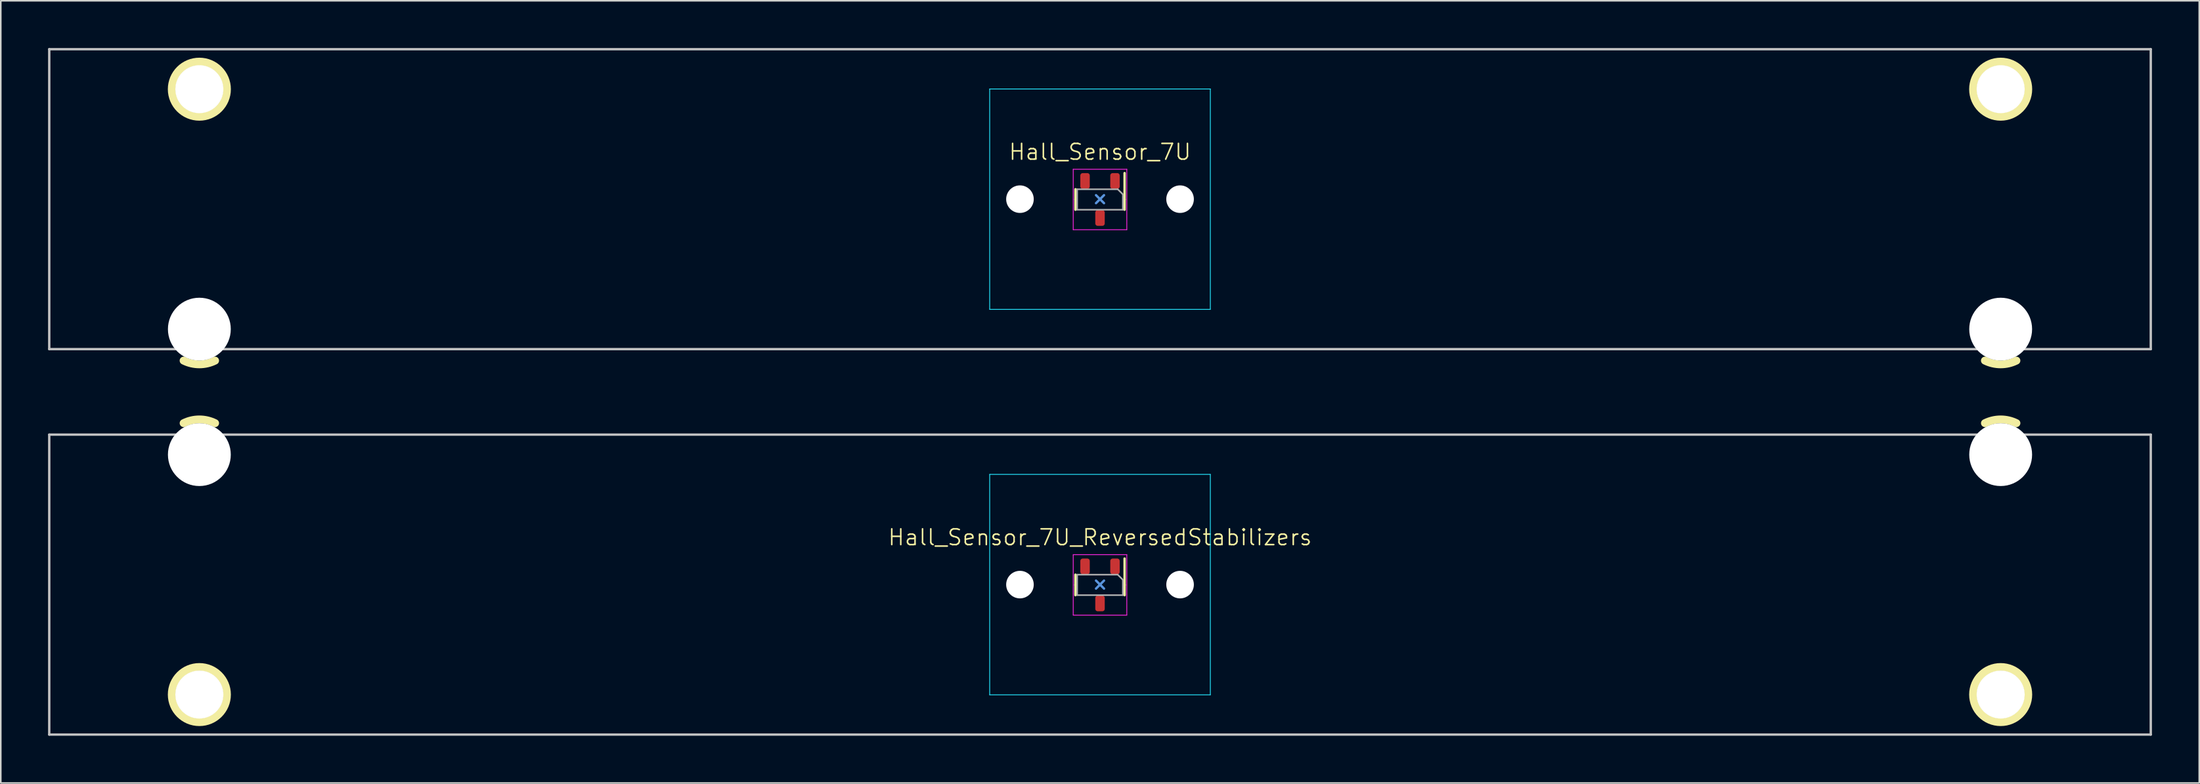
<source format=kicad_pcb>
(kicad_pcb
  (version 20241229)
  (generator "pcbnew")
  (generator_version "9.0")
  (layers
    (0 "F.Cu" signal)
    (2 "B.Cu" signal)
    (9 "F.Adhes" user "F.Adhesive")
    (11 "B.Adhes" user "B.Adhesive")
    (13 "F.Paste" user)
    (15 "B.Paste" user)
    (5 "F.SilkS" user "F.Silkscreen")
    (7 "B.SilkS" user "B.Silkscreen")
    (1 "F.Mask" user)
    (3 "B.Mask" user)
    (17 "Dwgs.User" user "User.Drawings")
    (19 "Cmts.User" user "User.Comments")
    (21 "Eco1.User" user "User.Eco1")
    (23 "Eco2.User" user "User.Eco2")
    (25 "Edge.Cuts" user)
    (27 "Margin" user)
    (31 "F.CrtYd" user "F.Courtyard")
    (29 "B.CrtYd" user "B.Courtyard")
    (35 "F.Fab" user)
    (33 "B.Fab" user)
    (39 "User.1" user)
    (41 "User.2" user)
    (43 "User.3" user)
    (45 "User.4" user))
  (footprint "Hall_Sensor_7U_ReversedStabilizers"
    (layer "F.Cu")
    (at 66.75 34.082)
    (property "Reference" "Hall_Sensor_7U_ReversedStabilizers" (at 0 -3 0) (unlocked yes) (layer "F.SilkS") (effects (font (size 1 1) (thickness 0.1))))
    (attr smd)
    (fp_line (start -1.56 -0.63) (end -1.56 0.02) (stroke (width 0.153) (type solid)) (layer "F.SilkS"))
    (fp_line (start -1.56 0.67) (end -1.56 0.02) (stroke (width 0.153) (type solid)) (layer "F.SilkS"))
    (fp_line (start 1.56 -1.655) (end 1.56 0.02) (stroke (width 0.153) (type solid)) (layer "F.SilkS"))
    (fp_line (start 1.56 0.67) (end 1.56 0.02) (stroke (width 0.153) (type solid)) (layer "F.SilkS"))
    (fp_arc (start -58.148949 -10.255525) (mid -57.149413 -10.491068) (end -56.15 -10.255) (stroke (width 0.5) (type solid)) (layer "F.SilkS"))
    (fp_arc (start 56.151051 -10.255525) (mid 57.150587 -10.491068) (end 58.15 -10.255) (stroke (width 0.5) (type solid)) (layer "F.SilkS"))
    (fp_circle (center -57.15 6.985) (end -55.4 6.985) (stroke (width 0.5) (type solid)) (fill no) (layer "F.SilkS"))
    (fp_circle (center 57.15 6.985) (end 58.9 6.985) (stroke (width 0.5) (type solid)) (fill no) (layer "F.SilkS"))
    (fp_line (start -66.675 -9.525) (end 66.675 -9.525) (stroke (width 0.15) (type solid)) (layer "Dwgs.User"))
    (fp_line (start -66.675 9.525) (end -66.675 -9.525) (stroke (width 0.15) (type solid)) (layer "Dwgs.User"))
    (fp_line (start -66.675 9.525) (end 66.675 9.525) (stroke (width 0.15) (type solid)) (layer "Dwgs.User"))
    (fp_line (start 66.675 -9.525) (end 66.675 9.525) (stroke (width 0.15) (type solid)) (layer "Dwgs.User"))
    (fp_line (start 0.254 -0.254) (end -0.254 0.254) (stroke (width 0.15) (type default)) (layer "Cmts.User"))
    (fp_line (start 0.254 0.254) (end -0.254 -0.254) (stroke (width 0.15) (type default)) (layer "Cmts.User"))
    (fp_line (start -7 -6.5) (end -7 6.5) (stroke (width 0.15) (type solid)) (layer "Eco2.User"))
    (fp_line (start -6.5 7) (end 6.5 7) (stroke (width 0.15) (type solid)) (layer "Eco2.User"))
    (fp_line (start 6.5 -7) (end -6.5 -7) (stroke (width 0.15) (type solid)) (layer "Eco2.User"))
    (fp_line (start 7 6.5) (end 7 -6.5) (stroke (width 0.15) (type solid)) (layer "Eco2.User"))
    (fp_arc (start -7 -6.500001) (mid -6.853553 -6.853553) (end -6.500001 -7) (stroke (width 0.15) (type solid)) (layer "Eco2.User"))
    (fp_arc (start -6.500001 7) (mid -6.853553 6.853553) (end -7 6.500001) (stroke (width 0.15) (type solid)) (layer "Eco2.User"))
    (fp_arc (start 6.500001 -7) (mid 6.853553 -6.853553) (end 7 -6.500001) (stroke (width 0.15) (type solid)) (layer "Eco2.User"))
    (fp_arc (start 6.997236 6.498884) (mid 6.850791 6.852425) (end 6.497236 6.998884) (stroke (width 0.15) (type solid)) (layer "Eco2.User"))
    (fp_line (start -7 -7) (end -7 7) (stroke (width 0.05) (type solid)) (layer "B.CrtYd"))
    (fp_line (start -7 7) (end 7 7) (stroke (width 0.05) (type solid)) (layer "B.CrtYd"))
    (fp_line (start 7 -7) (end -7 -7) (stroke (width 0.05) (type solid)) (layer "B.CrtYd"))
    (fp_line (start 7 7) (end 7 -7) (stroke (width 0.05) (type solid)) (layer "B.CrtYd"))
    (fp_line (start -1.7 -1.9) (end 1.7 -1.9) (stroke (width 0.05) (type solid)) (layer "F.CrtYd"))
    (fp_line (start -1.7 1.94) (end -1.7 -1.9) (stroke (width 0.05) (type solid)) (layer "F.CrtYd"))
    (fp_line (start 1.7 -1.9) (end 1.7 1.94) (stroke (width 0.05) (type solid)) (layer "F.CrtYd"))
    (fp_line (start 1.7 1.94) (end -1.7 1.94) (stroke (width 0.05) (type solid)) (layer "F.CrtYd"))
    (fp_line (start -1.45 -0.63) (end -1.45 0.67) (stroke (width 0.1) (type solid)) (layer "F.Fab"))
    (fp_line (start -1.45 0.67) (end 1.45 0.67) (stroke (width 0.1) (type solid)) (layer "F.Fab"))
    (fp_line (start 1.125 -0.63) (end -1.45 -0.63) (stroke (width 0.1) (type solid)) (layer "F.Fab"))
    (fp_line (start 1.45 -0.305) (end 1.125 -0.63) (stroke (width 0.1) (type solid)) (layer "F.Fab"))
    (fp_line (start 1.45 0.67) (end 1.45 -0.305) (stroke (width 0.1) (type solid)) (layer "F.Fab"))
    (pad "" np_thru_hole circle (at -57.15 -8.255 180) (size 3.988 3.988) (drill 3.988) (layers "*.Cu" "*.Mask"))
    (pad "" np_thru_hole circle (at -57.15 6.985 180) (size 3.048 3.048) (drill 3.048) (layers "*.Cu" "*.Mask"))
    (pad "" np_thru_hole circle (at -5.08 0) (size 1.75 1.75) (drill 1.75) (layers "*.Cu" "*.Mask"))
    (pad "" np_thru_hole circle (at 5.08 0) (size 1.75 1.75) (drill 1.75) (layers "*.Cu" "*.Mask"))
    (pad "" np_thru_hole circle (at 57.15 -8.255 180) (size 3.988 3.988) (drill 3.988) (layers "*.Cu" "*.Mask"))
    (pad "" np_thru_hole circle (at 57.15 6.985 180) (size 3.048 3.048) (drill 3.048) (layers "*.Cu" "*.Mask"))
    (pad "1" smd roundrect (at 0.95 -1.155 270) (size 1 0.6) (layers "F.Cu" "F.Mask" "F.Paste") (roundrect_rratio 0.25))
    (pad "2" smd roundrect (at 0 1.195 270) (size 1 0.6) (layers "F.Cu" "F.Mask" "F.Paste") (roundrect_rratio 0.25))
    (pad "3" smd roundrect (at -0.95 -1.155 270) (size 1 0.6) (layers "F.Cu" "F.Mask" "F.Paste") (roundrect_rratio 0.25))
    (zone (net_name "") (layers "F.Cu" "B.Cu") (hatch edge 0.5) (connect_pads) (min_thickness 0.25) (filled_areas_thickness no) (keepout (tracks allowed) (vias allowed) (pads allowed) (copperpour not_allowed) (footprints allowed)) (placement (enabled no)) (fill) (polygon (pts (xy 68.5 34.082) (xy 68.48 33.821) (xy 68.422 33.566) (xy 68.327 33.323) (xy 68.196 33.096) (xy 68.033 32.892) (xy 67.841 32.714) (xy 67.625 32.567) (xy 67.389 32.453) (xy 67.139 32.376) (xy 66.881 32.337) (xy 66.619 32.337) (xy 66.361 32.376) (xy 66.111 32.453) (xy 65.875 32.567) (xy 65.659 32.714) (xy 65.467 32.892) (xy 65.304 33.096) (xy 65.173 33.323) (xy 65.078 33.566) (xy 65.02 33.821) (xy 65 34.082) (xy 65.02 34.343) (xy 65.078 34.598) (xy 65.173 34.841) (xy 65.304 35.068) (xy 65.467 35.272) (xy 65.659 35.45) (xy 65.875 35.598) (xy 66.111 35.711) (xy 66.361 35.788) (xy 66.619 35.827) (xy 66.881 35.827) (xy 67.139 35.788) (xy 67.389 35.711) (xy 67.625 35.598) (xy 67.841 35.45) (xy 68.033 35.272) (xy 68.196 35.068) (xy 68.327 34.841) (xy 68.422 34.598) (xy 68.48 34.343)))))
  (footprint "Hall_Sensor_7U"
    (layer "F.Cu")
    (at 66.75 9.6)
    (property "Reference" "Hall_Sensor_7U" (at 0 -3 0) (unlocked yes) (layer "F.SilkS") (effects (font (size 1 1) (thickness 0.1))))
    (attr smd)
    (fp_line (start -1.56 -0.63) (end -1.56 0.02) (stroke (width 0.153) (type solid)) (layer "F.SilkS"))
    (fp_line (start -1.56 0.67) (end -1.56 0.02) (stroke (width 0.153) (type solid)) (layer "F.SilkS"))
    (fp_line (start 1.56 -1.655) (end 1.56 0.02) (stroke (width 0.153) (type solid)) (layer "F.SilkS"))
    (fp_line (start 1.56 0.67) (end 1.56 0.02) (stroke (width 0.153) (type solid)) (layer "F.SilkS"))
    (fp_arc (start -56.151051 10.255525) (mid -57.150587 10.491068) (end -58.15 10.255) (stroke (width 0.5) (type solid)) (layer "F.SilkS"))
    (fp_arc (start 58.148949 10.255525) (mid 57.149413 10.491068) (end 56.15 10.255) (stroke (width 0.5) (type solid)) (layer "F.SilkS"))
    (fp_circle (center -57.15 -6.985) (end -58.9 -6.985) (stroke (width 0.5) (type solid)) (fill no) (layer "F.SilkS"))
    (fp_circle (center 57.15 -6.985) (end 55.4 -6.985) (stroke (width 0.5) (type solid)) (fill no) (layer "F.SilkS"))
    (fp_line (start -66.675 -9.525) (end 66.675 -9.525) (stroke (width 0.15) (type solid)) (layer "Dwgs.User"))
    (fp_line (start -66.675 9.525) (end -66.675 -9.525) (stroke (width 0.15) (type solid)) (layer "Dwgs.User"))
    (fp_line (start -66.675 9.525) (end 66.675 9.525) (stroke (width 0.15) (type solid)) (layer "Dwgs.User"))
    (fp_line (start 66.675 -9.525) (end 66.675 9.525) (stroke (width 0.15) (type solid)) (layer "Dwgs.User"))
    (fp_line (start 0.254 -0.254) (end -0.254 0.254) (stroke (width 0.15) (type default)) (layer "Cmts.User"))
    (fp_line (start 0.254 0.254) (end -0.254 -0.254) (stroke (width 0.15) (type default)) (layer "Cmts.User"))
    (fp_line (start -7 -6.5) (end -7 6.5) (stroke (width 0.15) (type solid)) (layer "Eco2.User"))
    (fp_line (start -6.5 7) (end 6.5 7) (stroke (width 0.15) (type solid)) (layer "Eco2.User"))
    (fp_line (start 6.5 -7) (end -6.5 -7) (stroke (width 0.15) (type solid)) (layer "Eco2.User"))
    (fp_line (start 7 6.5) (end 7 -6.5) (stroke (width 0.15) (type solid)) (layer "Eco2.User"))
    (fp_arc (start -7 -6.500001) (mid -6.853553 -6.853553) (end -6.500001 -7) (stroke (width 0.15) (type solid)) (layer "Eco2.User"))
    (fp_arc (start -6.500001 7) (mid -6.853553 6.853553) (end -7 6.500001) (stroke (width 0.15) (type solid)) (layer "Eco2.User"))
    (fp_arc (start 6.500001 -7) (mid 6.853553 -6.853553) (end 7 -6.500001) (stroke (width 0.15) (type solid)) (layer "Eco2.User"))
    (fp_arc (start 6.997236 6.498884) (mid 6.850791 6.852425) (end 6.497236 6.998884) (stroke (width 0.15) (type solid)) (layer "Eco2.User"))
    (fp_line (start -7 -7) (end -7 7) (stroke (width 0.05) (type solid)) (layer "B.CrtYd"))
    (fp_line (start -7 7) (end 7 7) (stroke (width 0.05) (type solid)) (layer "B.CrtYd"))
    (fp_line (start 7 -7) (end -7 -7) (stroke (width 0.05) (type solid)) (layer "B.CrtYd"))
    (fp_line (start 7 7) (end 7 -7) (stroke (width 0.05) (type solid)) (layer "B.CrtYd"))
    (fp_line (start -1.7 -1.9) (end 1.7 -1.9) (stroke (width 0.05) (type solid)) (layer "F.CrtYd"))
    (fp_line (start -1.7 1.94) (end -1.7 -1.9) (stroke (width 0.05) (type solid)) (layer "F.CrtYd"))
    (fp_line (start 1.7 -1.9) (end 1.7 1.94) (stroke (width 0.05) (type solid)) (layer "F.CrtYd"))
    (fp_line (start 1.7 1.94) (end -1.7 1.94) (stroke (width 0.05) (type solid)) (layer "F.CrtYd"))
    (fp_line (start -1.45 -0.63) (end -1.45 0.67) (stroke (width 0.1) (type solid)) (layer "F.Fab"))
    (fp_line (start -1.45 0.67) (end 1.45 0.67) (stroke (width 0.1) (type solid)) (layer "F.Fab"))
    (fp_line (start 1.125 -0.63) (end -1.45 -0.63) (stroke (width 0.1) (type solid)) (layer "F.Fab"))
    (fp_line (start 1.45 -0.305) (end 1.125 -0.63) (stroke (width 0.1) (type solid)) (layer "F.Fab"))
    (fp_line (start 1.45 0.67) (end 1.45 -0.305) (stroke (width 0.1) (type solid)) (layer "F.Fab"))
    (pad "" np_thru_hole circle (at -57.15 -6.985) (size 3.048 3.048) (drill 3.048) (layers "*.Cu" "*.Mask"))
    (pad "" np_thru_hole circle (at -57.15 8.255) (size 3.988 3.988) (drill 3.988) (layers "*.Cu" "*.Mask"))
    (pad "" np_thru_hole circle (at -5.08 0) (size 1.75 1.75) (drill 1.75) (layers "*.Cu" "*.Mask"))
    (pad "" np_thru_hole circle (at 5.08 0) (size 1.75 1.75) (drill 1.75) (layers "*.Cu" "*.Mask"))
    (pad "" np_thru_hole circle (at 57.15 -6.985) (size 3.048 3.048) (drill 3.048) (layers "*.Cu" "*.Mask"))
    (pad "" np_thru_hole circle (at 57.15 8.255) (size 3.988 3.988) (drill 3.988) (layers "*.Cu" "*.Mask"))
    (pad "1" smd roundrect (at 0.95 -1.155 270) (size 1 0.6) (layers "F.Cu" "F.Mask" "F.Paste") (roundrect_rratio 0.25))
    (pad "2" smd roundrect (at 0 1.195 270) (size 1 0.6) (layers "F.Cu" "F.Mask" "F.Paste") (roundrect_rratio 0.25))
    (pad "3" smd roundrect (at -0.95 -1.155 270) (size 1 0.6) (layers "F.Cu" "F.Mask" "F.Paste") (roundrect_rratio 0.25))
    (zone (net_name "") (layers "F.Cu" "B.Cu") (hatch edge 0.5) (connect_pads) (min_thickness 0.25) (filled_areas_thickness no) (keepout (tracks allowed) (vias allowed) (pads allowed) (copperpour not_allowed) (footprints allowed)) (placement (enabled no)) (fill) (polygon (pts (xy 68.5 9.6) (xy 68.48 9.339) (xy 68.422 9.084) (xy 68.327 8.841) (xy 68.196 8.614) (xy 68.033 8.41) (xy 67.841 8.232) (xy 67.625 8.084) (xy 67.389 7.971) (xy 67.139 7.894) (xy 66.881 7.855) (xy 66.619 7.855) (xy 66.361 7.894) (xy 66.111 7.971) (xy 65.875 8.084) (xy 65.659 8.232) (xy 65.467 8.41) (xy 65.304 8.614) (xy 65.173 8.841) (xy 65.078 9.084) (xy 65.02 9.339) (xy 65 9.6) (xy 65.02 9.861) (xy 65.078 10.116) (xy 65.173 10.359) (xy 65.304 10.586) (xy 65.467 10.79) (xy 65.659 10.968) (xy 65.875 11.116) (xy 66.111 11.229) (xy 66.361 11.306) (xy 66.619 11.345) (xy 66.881 11.345) (xy 67.139 11.306) (xy 67.389 11.229) (xy 67.625 11.116) (xy 67.841 10.968) (xy 68.033 10.79) (xy 68.196 10.586) (xy 68.327 10.359) (xy 68.422 10.116) (xy 68.48 9.861)))))
  (gr_rect
    (start -3 -3)
    (end 136.5 46.682)
    (stroke (width 0.1) (type default))
    (fill no)
    (layer "Edge.Cuts")))
</source>
